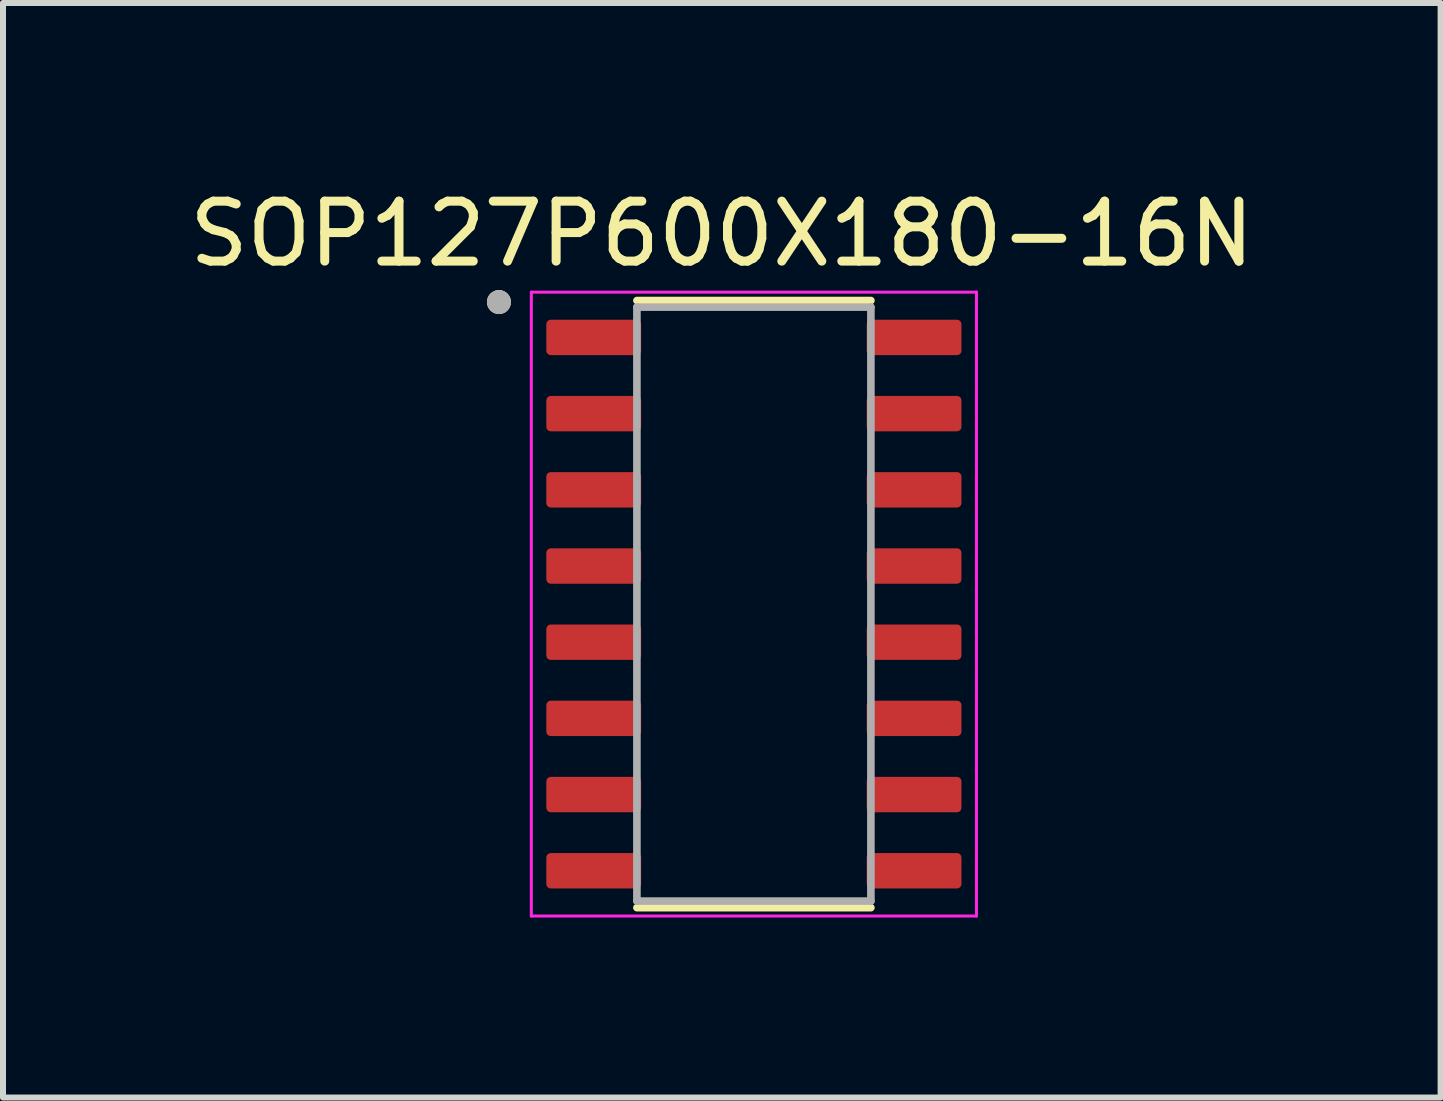
<source format=kicad_pcb>
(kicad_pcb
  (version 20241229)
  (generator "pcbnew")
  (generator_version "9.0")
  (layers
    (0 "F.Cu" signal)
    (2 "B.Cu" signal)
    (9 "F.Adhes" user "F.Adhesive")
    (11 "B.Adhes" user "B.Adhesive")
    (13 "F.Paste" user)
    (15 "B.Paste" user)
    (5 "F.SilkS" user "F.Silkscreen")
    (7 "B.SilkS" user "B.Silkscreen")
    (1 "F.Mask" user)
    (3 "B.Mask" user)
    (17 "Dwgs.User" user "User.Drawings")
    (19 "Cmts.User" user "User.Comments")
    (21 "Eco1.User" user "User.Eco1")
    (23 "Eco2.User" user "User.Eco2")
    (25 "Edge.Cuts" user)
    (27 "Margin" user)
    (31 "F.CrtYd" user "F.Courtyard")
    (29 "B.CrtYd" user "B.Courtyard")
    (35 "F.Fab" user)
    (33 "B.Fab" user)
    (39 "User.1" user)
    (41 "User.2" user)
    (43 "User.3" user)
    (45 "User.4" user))
  (footprint "SOP127P600X180-16N"
    (layer "F.Cu")
    (at 9.517 7.02)
    (property "Reference" "SOP127P600X180-16N" (at -0.535 -6.172 0) (layer "F.SilkS") (effects (font (size 1 1) (thickness 0.15))))
    (attr smd)
    (fp_line (start -1.95 -5.06) (end 1.95 -5.06) (stroke (width 0.127) (type solid)) (layer "F.SilkS"))
    (fp_line (start -1.95 5.06) (end 1.95 5.06) (stroke (width 0.127) (type solid)) (layer "F.SilkS"))
    (fp_circle (center -4.25 -5.035) (end -4.15 -5.035) (stroke (width 0.2) (type solid)) (fill no) (layer "F.SilkS"))
    (fp_line (start -3.71 -5.2) (end -3.71 5.2) (stroke (width 0.05) (type solid)) (layer "F.CrtYd"))
    (fp_line (start -3.71 -5.2) (end 3.71 -5.2) (stroke (width 0.05) (type solid)) (layer "F.CrtYd"))
    (fp_line (start -3.71 5.2) (end 3.71 5.2) (stroke (width 0.05) (type solid)) (layer "F.CrtYd"))
    (fp_line (start 3.71 -5.2) (end 3.71 5.2) (stroke (width 0.05) (type solid)) (layer "F.CrtYd"))
    (fp_line (start -1.95 -4.95) (end -1.95 4.95) (stroke (width 0.127) (type solid)) (layer "F.Fab"))
    (fp_line (start -1.95 -4.95) (end 1.95 -4.95) (stroke (width 0.127) (type solid)) (layer "F.Fab"))
    (fp_line (start -1.95 4.95) (end 1.95 4.95) (stroke (width 0.127) (type solid)) (layer "F.Fab"))
    (fp_line (start 1.95 -4.95) (end 1.95 4.95) (stroke (width 0.127) (type solid)) (layer "F.Fab"))
    (fp_circle (center -4.25 -5.035) (end -4.15 -5.035) (stroke (width 0.2) (type solid)) (fill no) (layer "F.Fab"))
    (pad "1" smd roundrect (at -2.67 -4.445) (size 1.58 0.59) (layers "F.Cu" "F.Mask" "F.Paste") (roundrect_rratio 0.125))
    (pad "2" smd roundrect (at -2.67 -3.175) (size 1.58 0.59) (layers "F.Cu" "F.Mask" "F.Paste") (roundrect_rratio 0.125))
    (pad "3" smd roundrect (at -2.67 -1.905) (size 1.58 0.59) (layers "F.Cu" "F.Mask" "F.Paste") (roundrect_rratio 0.125))
    (pad "4" smd roundrect (at -2.67 -0.635) (size 1.58 0.59) (layers "F.Cu" "F.Mask" "F.Paste") (roundrect_rratio 0.125))
    (pad "5" smd roundrect (at -2.67 0.635) (size 1.58 0.59) (layers "F.Cu" "F.Mask" "F.Paste") (roundrect_rratio 0.125))
    (pad "6" smd roundrect (at -2.67 1.905) (size 1.58 0.59) (layers "F.Cu" "F.Mask" "F.Paste") (roundrect_rratio 0.125))
    (pad "7" smd roundrect (at -2.67 3.175) (size 1.58 0.59) (layers "F.Cu" "F.Mask" "F.Paste") (roundrect_rratio 0.125))
    (pad "8" smd roundrect (at -2.67 4.445) (size 1.58 0.59) (layers "F.Cu" "F.Mask" "F.Paste") (roundrect_rratio 0.125))
    (pad "9" smd roundrect (at 2.67 4.445) (size 1.58 0.59) (layers "F.Cu" "F.Mask" "F.Paste") (roundrect_rratio 0.125))
    (pad "10" smd roundrect (at 2.67 3.175) (size 1.58 0.59) (layers "F.Cu" "F.Mask" "F.Paste") (roundrect_rratio 0.125))
    (pad "11" smd roundrect (at 2.67 1.905) (size 1.58 0.59) (layers "F.Cu" "F.Mask" "F.Paste") (roundrect_rratio 0.125))
    (pad "12" smd roundrect (at 2.67 0.635) (size 1.58 0.59) (layers "F.Cu" "F.Mask" "F.Paste") (roundrect_rratio 0.125))
    (pad "13" smd roundrect (at 2.67 -0.635) (size 1.58 0.59) (layers "F.Cu" "F.Mask" "F.Paste") (roundrect_rratio 0.125))
    (pad "14" smd roundrect (at 2.67 -1.905) (size 1.58 0.59) (layers "F.Cu" "F.Mask" "F.Paste") (roundrect_rratio 0.125))
    (pad "15" smd roundrect (at 2.67 -3.175) (size 1.58 0.59) (layers "F.Cu" "F.Mask" "F.Paste") (roundrect_rratio 0.125))
    (pad "16" smd roundrect (at 2.67 -4.445) (size 1.58 0.59) (layers "F.Cu" "F.Mask" "F.Paste") (roundrect_rratio 0.125)))
  (gr_rect
    (start -3 -3)
    (end 20.964 15.245)
    (stroke (width 0.1) (type default))
    (fill no)
    (layer "Edge.Cuts")))
</source>
